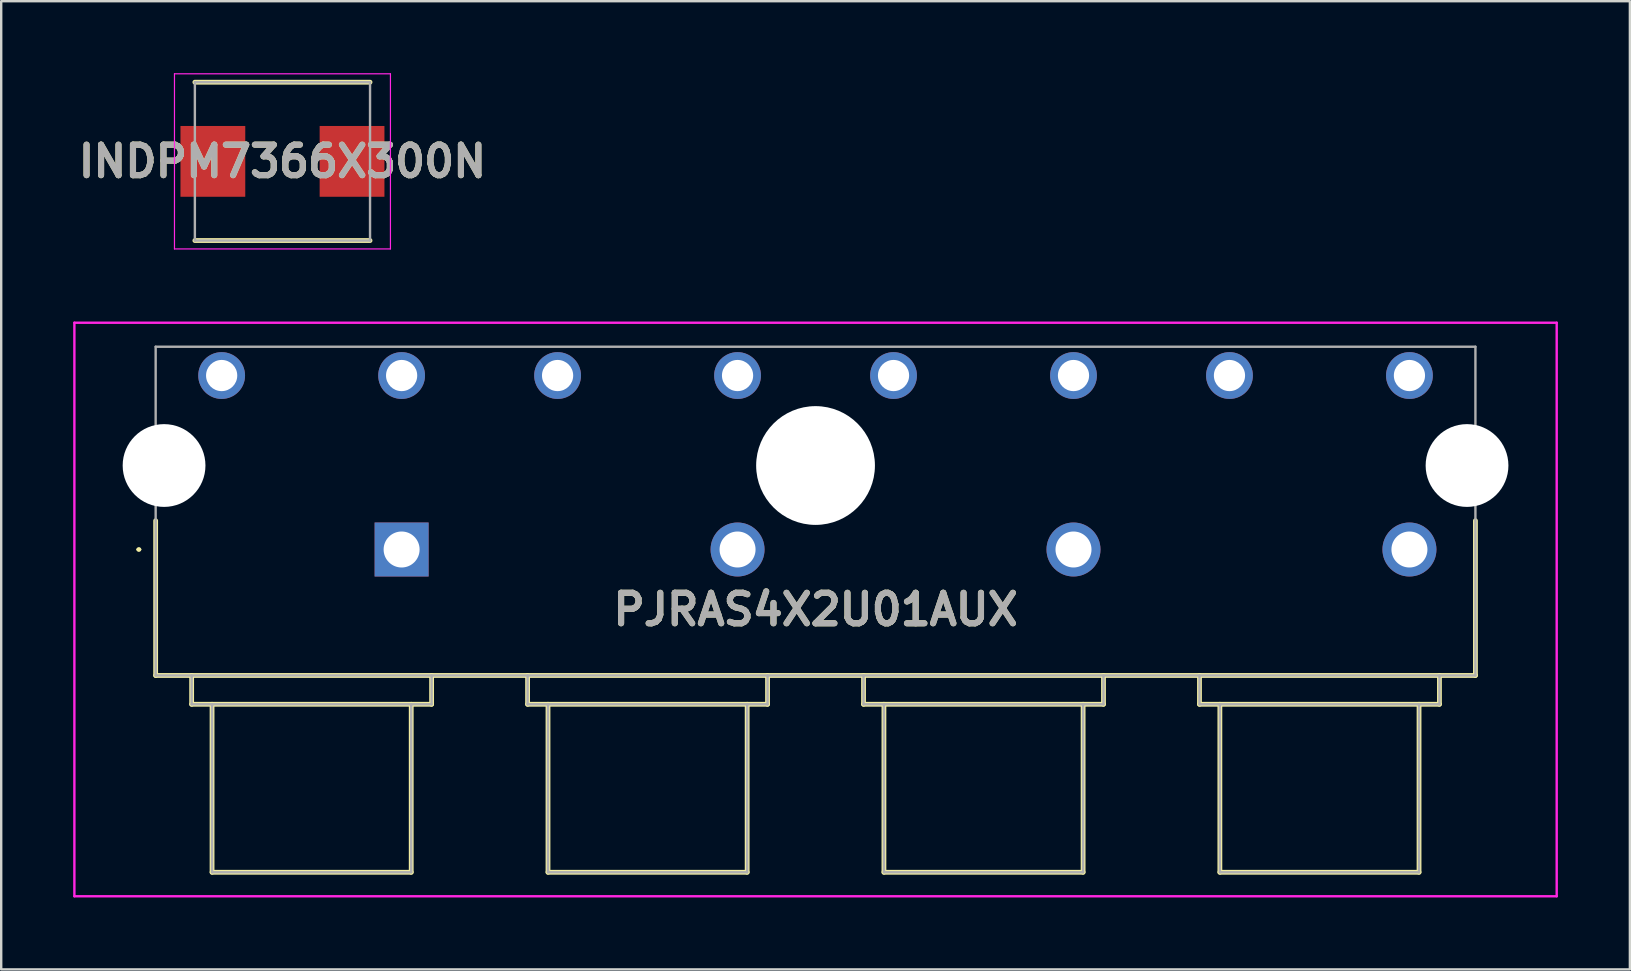
<source format=kicad_pcb>
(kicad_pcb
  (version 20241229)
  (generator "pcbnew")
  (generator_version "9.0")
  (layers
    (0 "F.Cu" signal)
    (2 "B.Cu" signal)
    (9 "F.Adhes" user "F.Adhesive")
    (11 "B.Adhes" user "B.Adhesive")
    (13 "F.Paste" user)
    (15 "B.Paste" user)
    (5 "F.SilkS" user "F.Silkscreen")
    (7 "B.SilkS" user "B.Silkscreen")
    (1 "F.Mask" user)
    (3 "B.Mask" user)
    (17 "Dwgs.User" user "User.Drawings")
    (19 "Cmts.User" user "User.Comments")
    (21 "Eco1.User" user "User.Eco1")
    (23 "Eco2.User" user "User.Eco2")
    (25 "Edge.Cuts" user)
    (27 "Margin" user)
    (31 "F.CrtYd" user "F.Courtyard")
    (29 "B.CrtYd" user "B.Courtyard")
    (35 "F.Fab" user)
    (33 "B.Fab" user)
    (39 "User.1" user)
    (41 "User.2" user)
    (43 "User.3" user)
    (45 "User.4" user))
  (footprint "INDPM7366X300N"
    (layer "F.Cu")
    (at 8.721 3.675)
    (property "Reference" "INDPM7366X300N" (at 0 0 0) (layer "F.SilkS") (effects (font (size 1.27 1.27) (thickness 0.254))))
    (attr smd)
    (fp_line (start -3.65 3.3) (end 3.65 3.3) (stroke (width 0.2) (type solid)) (layer "F.SilkS"))
    (fp_line (start 3.65 -3.3) (end -3.65 -3.3) (stroke (width 0.2) (type solid)) (layer "F.SilkS"))
    (fp_line (start -4.5 -3.65) (end 4.5 -3.65) (stroke (width 0.05) (type solid)) (layer "F.CrtYd"))
    (fp_line (start -4.5 3.65) (end -4.5 -3.65) (stroke (width 0.05) (type solid)) (layer "F.CrtYd"))
    (fp_line (start 4.5 -3.65) (end 4.5 3.65) (stroke (width 0.05) (type solid)) (layer "F.CrtYd"))
    (fp_line (start 4.5 3.65) (end -4.5 3.65) (stroke (width 0.05) (type solid)) (layer "F.CrtYd"))
    (fp_line (start -3.65 -3.3) (end 3.65 -3.3) (stroke (width 0.1) (type solid)) (layer "F.Fab"))
    (fp_line (start -3.65 3.3) (end -3.65 -3.3) (stroke (width 0.1) (type solid)) (layer "F.Fab"))
    (fp_line (start 3.65 -3.3) (end 3.65 3.3) (stroke (width 0.1) (type solid)) (layer "F.Fab"))
    (fp_line (start 3.65 3.3) (end -3.65 3.3) (stroke (width 0.1) (type solid)) (layer "F.Fab"))
    (fp_text user "${REFERENCE}" (at 0 0 0) (layer "F.Fab") (effects (font (size 1.27 1.27) (thickness 0.254))))
    (pad "1" smd rect (at -2.9 0) (size 2.7 2.95) (layers "F.Cu" "F.Mask" "F.Paste"))
    (pad "2" smd rect (at 2.9 0) (size 2.7 2.95) (layers "F.Cu" "F.Mask" "F.Paste")))
  (footprint "PJRAS4X2U01AUX"
    (layer "F.Cu")
    (at 13.687 19.85)
    (property "Reference" "PJRAS4X2U01AUX" (at 17.25 2.5 0) (layer "F.SilkS") (effects (font (size 1.27 1.27) (thickness 0.254))))
    (attr through_hole)
    (fp_line (start -11 0) (end -11 0) (stroke (width 0.1) (type solid)) (layer "F.SilkS"))
    (fp_line (start -10.9 0) (end -10.9 0) (stroke (width 0.1) (type solid)) (layer "F.SilkS"))
    (fp_line (start -10.25 5.25) (end -10.25 -1.2) (stroke (width 0.2) (type solid)) (layer "F.SilkS"))
    (fp_line (start -8.75 5.25) (end -8.75 6.45) (stroke (width 0.2) (type solid)) (layer "F.SilkS"))
    (fp_line (start -8.75 6.45) (end 1.25 6.45) (stroke (width 0.2) (type solid)) (layer "F.SilkS"))
    (fp_line (start -7.9 6.45) (end -7.9 13.45) (stroke (width 0.2) (type solid)) (layer "F.SilkS"))
    (fp_line (start -7.9 13.45) (end 0.4 13.45) (stroke (width 0.2) (type solid)) (layer "F.SilkS"))
    (fp_line (start 0.4 13.45) (end 0.4 6.45) (stroke (width 0.2) (type solid)) (layer "F.SilkS"))
    (fp_line (start 1.25 6.45) (end 1.25 5.25) (stroke (width 0.2) (type solid)) (layer "F.SilkS"))
    (fp_line (start 5.25 5.25) (end 5.25 6.45) (stroke (width 0.2) (type solid)) (layer "F.SilkS"))
    (fp_line (start 5.25 6.45) (end 15.25 6.45) (stroke (width 0.2) (type solid)) (layer "F.SilkS"))
    (fp_line (start 6.1 6.45) (end 6.1 13.45) (stroke (width 0.2) (type solid)) (layer "F.SilkS"))
    (fp_line (start 6.1 13.45) (end 14.4 13.45) (stroke (width 0.2) (type solid)) (layer "F.SilkS"))
    (fp_line (start 14.4 13.45) (end 14.4 6.45) (stroke (width 0.2) (type solid)) (layer "F.SilkS"))
    (fp_line (start 15.25 6.45) (end 15.25 5.25) (stroke (width 0.2) (type solid)) (layer "F.SilkS"))
    (fp_line (start 19.25 5.25) (end 19.25 6.45) (stroke (width 0.2) (type solid)) (layer "F.SilkS"))
    (fp_line (start 19.25 6.45) (end 29.25 6.45) (stroke (width 0.2) (type solid)) (layer "F.SilkS"))
    (fp_line (start 20.1 6.45) (end 20.1 13.45) (stroke (width 0.2) (type solid)) (layer "F.SilkS"))
    (fp_line (start 20.1 13.45) (end 28.4 13.45) (stroke (width 0.2) (type solid)) (layer "F.SilkS"))
    (fp_line (start 28.4 13.45) (end 28.4 6.45) (stroke (width 0.2) (type solid)) (layer "F.SilkS"))
    (fp_line (start 29.25 6.45) (end 29.25 5.25) (stroke (width 0.2) (type solid)) (layer "F.SilkS"))
    (fp_line (start 33.25 5.25) (end 33.25 6.45) (stroke (width 0.2) (type solid)) (layer "F.SilkS"))
    (fp_line (start 33.25 6.45) (end 43.25 6.45) (stroke (width 0.2) (type solid)) (layer "F.SilkS"))
    (fp_line (start 34.1 13.45) (end 34.1 6.45) (stroke (width 0.2) (type solid)) (layer "F.SilkS"))
    (fp_line (start 42.4 6.45) (end 42.4 13.45) (stroke (width 0.2) (type solid)) (layer "F.SilkS"))
    (fp_line (start 42.4 13.45) (end 34.1 13.45) (stroke (width 0.2) (type solid)) (layer "F.SilkS"))
    (fp_line (start 43.25 6.45) (end 43.25 5.25) (stroke (width 0.2) (type solid)) (layer "F.SilkS"))
    (fp_line (start 44.75 -1.2) (end 44.75 5.25) (stroke (width 0.2) (type solid)) (layer "F.SilkS"))
    (fp_line (start 44.75 5.25) (end -10.25 5.25) (stroke (width 0.2) (type solid)) (layer "F.SilkS"))
    (fp_arc (start -11 0) (mid -10.95 -0.05) (end -10.9 0) (stroke (width 0.1) (type solid)) (layer "F.SilkS"))
    (fp_arc (start -10.9 0) (mid -10.95 0.05) (end -11 0) (stroke (width 0.1) (type solid)) (layer "F.SilkS"))
    (fp_line (start -13.637 -9.45) (end 48.137 -9.45) (stroke (width 0.1) (type solid)) (layer "F.CrtYd"))
    (fp_line (start -13.637 14.45) (end -13.637 -9.45) (stroke (width 0.1) (type solid)) (layer "F.CrtYd"))
    (fp_line (start 48.137 -9.45) (end 48.137 14.45) (stroke (width 0.1) (type solid)) (layer "F.CrtYd"))
    (fp_line (start 48.137 14.45) (end -13.637 14.45) (stroke (width 0.1) (type solid)) (layer "F.CrtYd"))
    (fp_line (start -10.25 -8.45) (end -10.25 5.25) (stroke (width 0.1) (type solid)) (layer "F.Fab"))
    (fp_line (start -10.25 5.25) (end 44.75 5.25) (stroke (width 0.1) (type solid)) (layer "F.Fab"))
    (fp_line (start -8.75 5.25) (end -8.75 6.45) (stroke (width 0.1) (type solid)) (layer "F.Fab"))
    (fp_line (start -8.75 6.45) (end 1.25 6.45) (stroke (width 0.1) (type solid)) (layer "F.Fab"))
    (fp_line (start -7.9 6.45) (end -7.9 13.45) (stroke (width 0.1) (type solid)) (layer "F.Fab"))
    (fp_line (start -7.9 13.45) (end 0.4 13.45) (stroke (width 0.1) (type solid)) (layer "F.Fab"))
    (fp_line (start 0.4 13.45) (end 0.4 6.45) (stroke (width 0.1) (type solid)) (layer "F.Fab"))
    (fp_line (start 1.25 6.45) (end 1.25 5.25) (stroke (width 0.1) (type solid)) (layer "F.Fab"))
    (fp_line (start 5.25 5.25) (end 5.25 6.45) (stroke (width 0.1) (type solid)) (layer "F.Fab"))
    (fp_line (start 5.25 6.45) (end 15.25 6.45) (stroke (width 0.1) (type solid)) (layer "F.Fab"))
    (fp_line (start 6.1 6.45) (end 6.1 13.45) (stroke (width 0.1) (type solid)) (layer "F.Fab"))
    (fp_line (start 6.1 13.45) (end 14.4 13.45) (stroke (width 0.1) (type solid)) (layer "F.Fab"))
    (fp_line (start 14.4 13.45) (end 14.4 6.45) (stroke (width 0.1) (type solid)) (layer "F.Fab"))
    (fp_line (start 15.25 6.45) (end 15.25 5.25) (stroke (width 0.1) (type solid)) (layer "F.Fab"))
    (fp_line (start 19.25 5.25) (end 19.25 6.45) (stroke (width 0.1) (type solid)) (layer "F.Fab"))
    (fp_line (start 19.25 6.45) (end 29.25 6.45) (stroke (width 0.1) (type solid)) (layer "F.Fab"))
    (fp_line (start 20.1 6.45) (end 20.1 13.45) (stroke (width 0.1) (type solid)) (layer "F.Fab"))
    (fp_line (start 20.1 13.45) (end 28.4 13.45) (stroke (width 0.1) (type solid)) (layer "F.Fab"))
    (fp_line (start 28.4 13.45) (end 28.4 6.45) (stroke (width 0.1) (type solid)) (layer "F.Fab"))
    (fp_line (start 29.25 6.45) (end 29.25 5.25) (stroke (width 0.1) (type solid)) (layer "F.Fab"))
    (fp_line (start 33.25 5.25) (end 33.25 6.45) (stroke (width 0.1) (type solid)) (layer "F.Fab"))
    (fp_line (start 33.25 6.45) (end 43.25 6.45) (stroke (width 0.1) (type solid)) (layer "F.Fab"))
    (fp_line (start 34.1 6.45) (end 34.1 13.45) (stroke (width 0.1) (type solid)) (layer "F.Fab"))
    (fp_line (start 34.1 13.45) (end 42.4 13.45) (stroke (width 0.1) (type solid)) (layer "F.Fab"))
    (fp_line (start 42.4 13.45) (end 42.4 6.45) (stroke (width 0.1) (type solid)) (layer "F.Fab"))
    (fp_line (start 43.25 6.45) (end 43.25 5.25) (stroke (width 0.1) (type solid)) (layer "F.Fab"))
    (fp_line (start 44.75 -8.45) (end -10.25 -8.45) (stroke (width 0.1) (type solid)) (layer "F.Fab"))
    (fp_line (start 44.75 5.25) (end 44.75 -8.45) (stroke (width 0.1) (type solid)) (layer "F.Fab"))
    (fp_text user "${REFERENCE}" (at 17.25 2.5 0) (layer "F.Fab") (effects (font (size 1.27 1.27) (thickness 0.254))))
    (pad "" np_thru_hole circle (at -9.9 -3.5) (size 3.45 3.45) (drill 3.45) (layers "*.Cu" "*.Mask"))
    (pad "" np_thru_hole circle (at 17.25 -3.5) (size 4.95 4.95) (drill 4.95) (layers "*.Cu" "*.Mask"))
    (pad "" np_thru_hole circle (at 44.4 -3.5) (size 3.45 3.45) (drill 3.45) (layers "*.Cu" "*.Mask"))
    (pad "S1" thru_hole rect (at 0 0) (size 2.25 2.25) (drill 1.5) (layers "*.Cu" "*.Mask"))
    (pad "S2" thru_hole circle (at 14 0) (size 2.25 2.25) (drill 1.5) (layers "*.Cu" "*.Mask"))
    (pad "S3" thru_hole circle (at 28 0) (size 2.25 2.25) (drill 1.5) (layers "*.Cu" "*.Mask"))
    (pad "S4" thru_hole circle (at 42 0) (size 2.25 2.25) (drill 1.5) (layers "*.Cu" "*.Mask"))
    (pad "T11" thru_hole circle (at -7.5 -7.25) (size 1.95 1.95) (drill 1.3) (layers "*.Cu" "*.Mask"))
    (pad "T12" thru_hole circle (at 0 -7.25) (size 1.95 1.95) (drill 1.3) (layers "*.Cu" "*.Mask"))
    (pad "T21" thru_hole circle (at 6.5 -7.25) (size 1.95 1.95) (drill 1.3) (layers "*.Cu" "*.Mask"))
    (pad "T22" thru_hole circle (at 14 -7.25) (size 1.95 1.95) (drill 1.3) (layers "*.Cu" "*.Mask"))
    (pad "T31" thru_hole circle (at 20.5 -7.25) (size 1.95 1.95) (drill 1.3) (layers "*.Cu" "*.Mask"))
    (pad "T32" thru_hole circle (at 28 -7.25) (size 1.95 1.95) (drill 1.3) (layers "*.Cu" "*.Mask"))
    (pad "T41" thru_hole circle (at 34.5 -7.25) (size 1.95 1.95) (drill 1.3) (layers "*.Cu" "*.Mask"))
    (pad "T42" thru_hole circle (at 42 -7.25) (size 1.95 1.95) (drill 1.3) (layers "*.Cu" "*.Mask")))
  (gr_rect
    (start -3 -3)
    (end 64.874 37.35)
    (stroke (width 0.1) (type default))
    (fill no)
    (layer "Edge.Cuts")))
</source>
